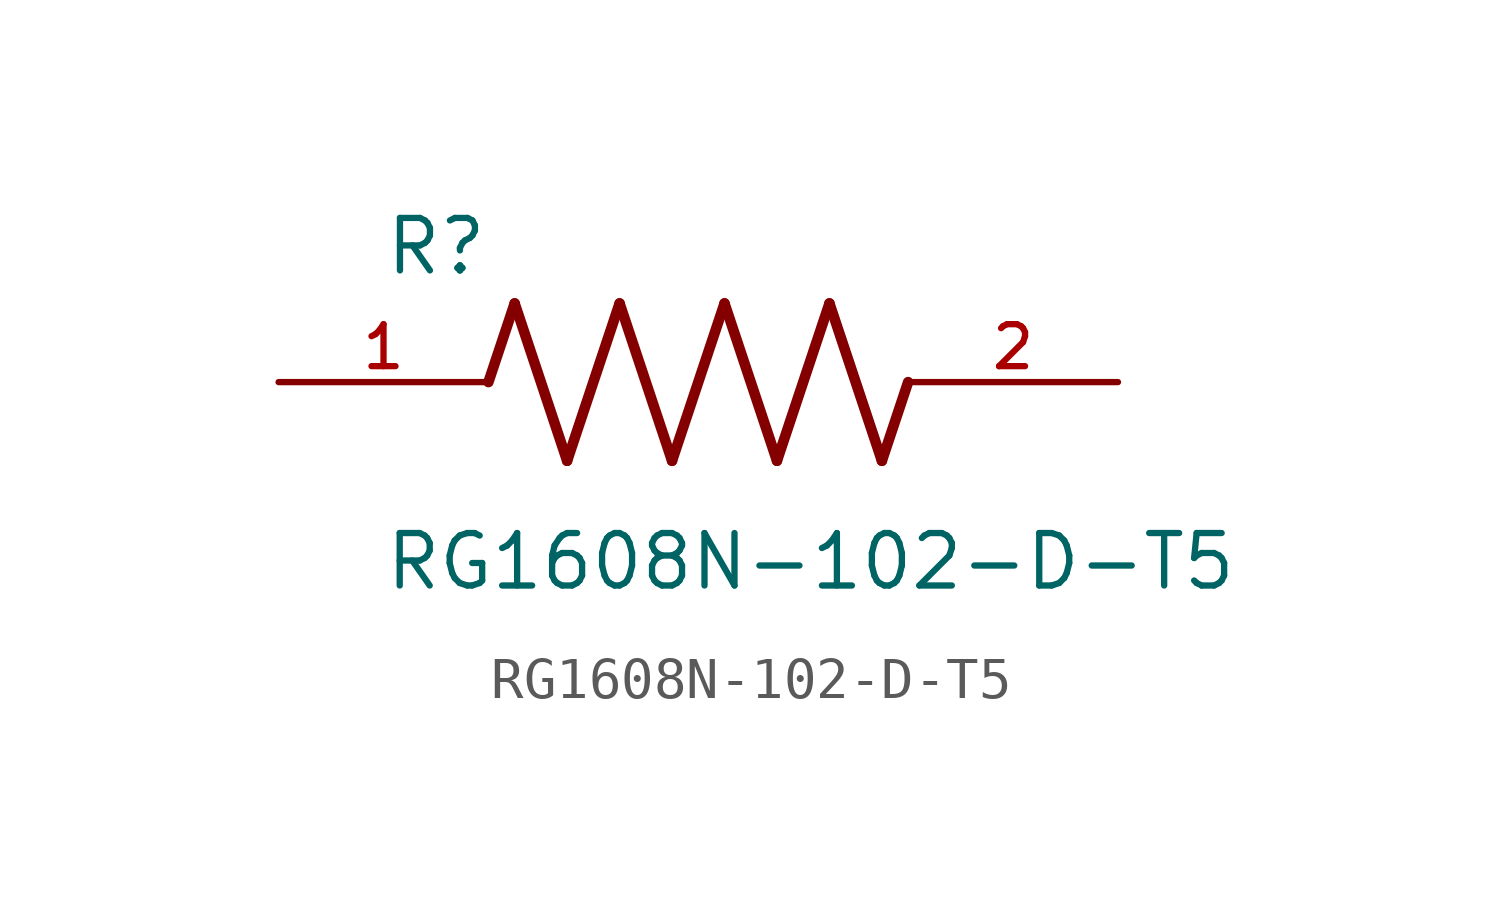
<source format=kicad_sym>
(kicad_symbol_lib
  (version 20211014)
  (generator kicad_symbol_editor)
  (symbol "RG1608N-102-D-T5"
    (pin_names
      (offset 1.016))
    (property "Reference" "R"
      (at -7.624 2.541 0)
      (effects (font (size 1.27 1.27)) (justify bottom left)))
    (property "Value" "RG1608N-102-D-T5"
      (at -7.63 -5.087 0)
      (effects (font (size 1.27 1.27)) (justify bottom left)))
    (symbol "RG1608N-102-D-T5_0_0"
      (polyline (pts (xy -5.08 0.0) (xy -4.445 1.905)) (stroke (width 0.254)))
      (polyline (pts (xy -4.445 1.905) (xy -3.175 -1.905)) (stroke (width 0.254)))
      (polyline (pts (xy -3.175 -1.905) (xy -1.905 1.905)) (stroke (width 0.254)))
      (polyline (pts (xy -1.905 1.905) (xy -0.635 -1.905)) (stroke (width 0.254)))
      (polyline (pts (xy -0.635 -1.905) (xy 0.635 1.905)) (stroke (width 0.254)))
      (polyline (pts (xy 0.635 1.905) (xy 1.905 -1.905)) (stroke (width 0.254)))
      (polyline (pts (xy 1.905 -1.905) (xy 3.175 1.905)) (stroke (width 0.254)))
      (polyline (pts (xy 3.175 1.905) (xy 4.445 -1.905)) (stroke (width 0.254)))
      (polyline (pts (xy 4.445 -1.905) (xy 5.08 0.0)) (stroke (width 0.254)))
      (pin passive line (at -10.16 0.0 0) (length 5.08) (name "~" (effects (font (size 1.016 1.016)))) (number "1" (effects (font (size 1.016 1.016)))))
      (pin passive line (at 10.16 0.0 180.0) (length 5.08) (name "~" (effects (font (size 1.016 1.016)))) (number "2" (effects (font (size 1.016 1.016))))))))
</source>
